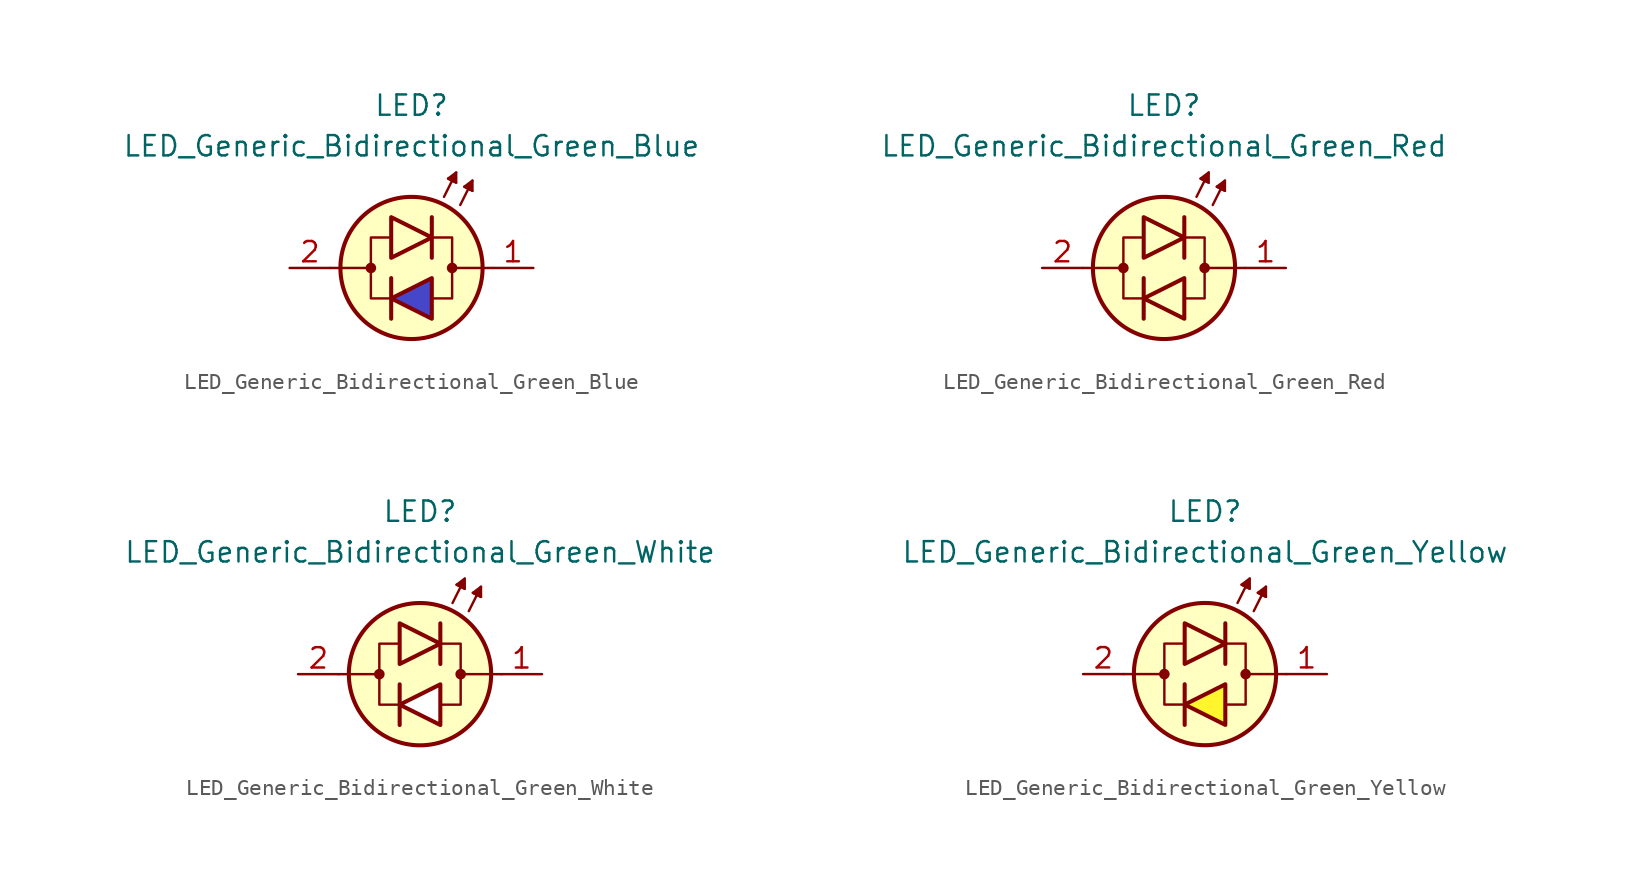
<source format=kicad_sym>
(kicad_symbol_lib
  (version 20231120)
  (generator "kicad_symbol_editor")
  (generator_version "8.0")
  (symbol "LED_Generic_Bidirectional_Green_Blue"
    (pin_names
      (offset 1.016) hide)
    (property "Reference" "LED"
      (at 0 10.16 0)
      (effects (font (size 1.27 1.27))))
    (property "Value" "LED_Generic_Bidirectional_Green_Blue"
      (at 0 7.62 0)
      (effects (font (size 1.27 1.27))))
    (symbol "LED_Generic_Bidirectional_Green_Blue_0_1"
      (circle (center -2.54 0) (radius 0.254) (stroke (width 0) (type default)) (fill (type outline)))
      (polyline (pts (xy -2.54 0) (xy -5.08 0)) (stroke (width 0.152) (type default)) (fill (type none)))
      (polyline (pts (xy -1.27 -3.175) (xy -1.27 -0.635)) (stroke (width 0.254) (type default)) (fill (type none)))
      (polyline (pts (xy 1.27 3.175) (xy 1.27 0.635)) (stroke (width 0.254) (type default)) (fill (type none)))
      (polyline (pts (xy 2.032 4.445) (xy 2.794 5.969)) (stroke (width 0.152) (type default)) (fill (type none)))
      (polyline (pts (xy 2.54 5.461) (xy 2.286 5.588)) (stroke (width 0.152) (type default)) (fill (type none)))
      (polyline (pts (xy 2.54 5.461) (xy 2.794 5.334)) (stroke (width 0.152) (type default)) (fill (type none)))
      (polyline (pts (xy 3.048 3.937) (xy 3.81 5.461)) (stroke (width 0.152) (type default)) (fill (type none)))
      (polyline (pts (xy 3.556 4.953) (xy 3.302 5.08)) (stroke (width 0.152) (type default)) (fill (type none)))
      (polyline (pts (xy 3.556 4.953) (xy 3.81 4.826)) (stroke (width 0.152) (type default)) (fill (type none)))
      (polyline (pts (xy 5.08 0) (xy 2.54 0)) (stroke (width 0.152) (type default)) (fill (type none)))
      (polyline (pts (xy -1.397 1.905) (xy -2.54 1.905) (xy -2.54 -1.905) (xy -1.27 -1.905)) (stroke (width 0.152) (type default)) (fill (type none)))
      (polyline (pts (xy -1.27 3.175) (xy -1.27 0.635) (xy 1.27 1.905) (xy -1.27 3.175)) (stroke (width 0.254) (type default)) (fill (type color) (color 30 200 30 1)))
      (polyline (pts (xy 1.27 -3.175) (xy 1.27 -0.635) (xy -1.27 -1.905) (xy 1.27 -3.175)) (stroke (width 0.254) (type default)) (fill (type color) (color 70 70 200 1)))
      (polyline (pts (xy 1.27 1.905) (xy 2.54 1.905) (xy 2.54 -1.905) (xy 1.27 -1.905)) (stroke (width 0.152) (type default)) (fill (type none)))
      (polyline (pts (xy 2.794 5.334) (xy 2.286 5.588) (xy 2.794 5.969) (xy 2.794 5.334)) (stroke (width 0.152) (type default)) (fill (type outline)))
      (polyline (pts (xy 3.81 4.826) (xy 3.302 5.08) (xy 3.81 5.461) (xy 3.81 4.826)) (stroke (width 0.152) (type default)) (fill (type outline)))
      (circle (center 0 0) (radius 4.445) (stroke (width 0.254) (type default)) (fill (type background)))
      (circle (center 2.54 0) (radius 0.254) (stroke (width 0) (type default)) (fill (type outline))))
    (symbol "LED_Generic_Bidirectional_Green_Blue_1_1"
      (pin passive line (at 7.62 0 180) (length 2.54) (name "K" (effects (font (size 1.27 1.27)))) (number "1" (effects (font (size 1.27 1.27)))))
      (pin passive line (at -7.62 0 0) (length 2.54) (name "A" (effects (font (size 1.27 1.27)))) (number "2" (effects (font (size 1.27 1.27)))))))
  (symbol "LED_Generic_Bidirectional_Green_Red"
    (pin_names
      (offset 1.016) hide)
    (property "Reference" "LED"
      (at 0 10.16 0)
      (effects (font (size 1.27 1.27))))
    (property "Value" "LED_Generic_Bidirectional_Green_Red"
      (at 0 7.62 0)
      (effects (font (size 1.27 1.27))))
    (symbol "LED_Generic_Bidirectional_Green_Red_0_1"
      (circle (center -2.54 0) (radius 0.254) (stroke (width 0) (type default)) (fill (type outline)))
      (polyline (pts (xy -2.54 0) (xy -5.08 0)) (stroke (width 0.152) (type default)) (fill (type none)))
      (polyline (pts (xy -1.27 -3.175) (xy -1.27 -0.635)) (stroke (width 0.254) (type default)) (fill (type none)))
      (polyline (pts (xy 1.27 3.175) (xy 1.27 0.635)) (stroke (width 0.254) (type default)) (fill (type none)))
      (polyline (pts (xy 2.032 4.445) (xy 2.794 5.969)) (stroke (width 0.152) (type default)) (fill (type none)))
      (polyline (pts (xy 2.54 5.461) (xy 2.286 5.588)) (stroke (width 0.152) (type default)) (fill (type none)))
      (polyline (pts (xy 2.54 5.461) (xy 2.794 5.334)) (stroke (width 0.152) (type default)) (fill (type none)))
      (polyline (pts (xy 3.048 3.937) (xy 3.81 5.461)) (stroke (width 0.152) (type default)) (fill (type none)))
      (polyline (pts (xy 3.556 4.953) (xy 3.302 5.08)) (stroke (width 0.152) (type default)) (fill (type none)))
      (polyline (pts (xy 3.556 4.953) (xy 3.81 4.826)) (stroke (width 0.152) (type default)) (fill (type none)))
      (polyline (pts (xy 5.08 0) (xy 2.54 0)) (stroke (width 0.152) (type default)) (fill (type none)))
      (polyline (pts (xy -1.397 1.905) (xy -2.54 1.905) (xy -2.54 -1.905) (xy -1.27 -1.905)) (stroke (width 0.152) (type default)) (fill (type none)))
      (polyline (pts (xy 1.27 -3.175) (xy 1.27 -0.635) (xy -1.27 -1.905) (xy 1.27 -3.175)) (stroke (width 0.254) (type default)) (fill (type color) (color 240 30 30 1)))
      (polyline (pts (xy 1.27 1.905) (xy 2.54 1.905) (xy 2.54 -1.905) (xy 1.27 -1.905)) (stroke (width 0.152) (type default)) (fill (type none)))
      (polyline (pts (xy 2.794 5.334) (xy 2.286 5.588) (xy 2.794 5.969) (xy 2.794 5.334)) (stroke (width 0.152) (type default)) (fill (type outline)))
      (polyline (pts (xy 3.81 4.826) (xy 3.302 5.08) (xy 3.81 5.461) (xy 3.81 4.826)) (stroke (width 0.152) (type default)) (fill (type outline)))
      (circle (center 2.54 0) (radius 0.254) (stroke (width 0) (type default)) (fill (type outline))))
    (symbol "LED_Generic_Bidirectional_Green_Red_1_1"
      (polyline (pts (xy -1.27 3.175) (xy -1.27 0.635) (xy 1.27 1.905) (xy -1.27 3.175)) (stroke (width 0.254) (type default)) (fill (type color) (color 30 200 30 1)))
      (circle (center 0 0) (radius 4.445) (stroke (width 0.254) (type default)) (fill (type background)))
      (pin passive line (at 7.62 0 180) (length 2.54) (name "K" (effects (font (size 1.27 1.27)))) (number "1" (effects (font (size 1.27 1.27)))))
      (pin passive line (at -7.62 0 0) (length 2.54) (name "A" (effects (font (size 1.27 1.27)))) (number "2" (effects (font (size 1.27 1.27)))))))
  (symbol "LED_Generic_Bidirectional_Green_White"
    (pin_names
      (offset 1.016) hide)
    (property "Reference" "LED"
      (at 0 10.16 0)
      (effects (font (size 1.27 1.27))))
    (property "Value" "LED_Generic_Bidirectional_Green_White"
      (at 0 7.62 0)
      (effects (font (size 1.27 1.27))))
    (symbol "LED_Generic_Bidirectional_Green_White_0_1"
      (circle (center -2.54 0) (radius 0.254) (stroke (width 0) (type default)) (fill (type outline)))
      (polyline (pts (xy -2.54 0) (xy -5.08 0)) (stroke (width 0.152) (type default)) (fill (type none)))
      (polyline (pts (xy -1.27 -3.175) (xy -1.27 -0.635)) (stroke (width 0.254) (type default)) (fill (type none)))
      (polyline (pts (xy 1.27 3.175) (xy 1.27 0.635)) (stroke (width 0.254) (type default)) (fill (type none)))
      (polyline (pts (xy 2.032 4.445) (xy 2.794 5.969)) (stroke (width 0.152) (type default)) (fill (type none)))
      (polyline (pts (xy 2.54 5.461) (xy 2.286 5.588)) (stroke (width 0.152) (type default)) (fill (type none)))
      (polyline (pts (xy 2.54 5.461) (xy 2.794 5.334)) (stroke (width 0.152) (type default)) (fill (type none)))
      (polyline (pts (xy 3.048 3.937) (xy 3.81 5.461)) (stroke (width 0.152) (type default)) (fill (type none)))
      (polyline (pts (xy 3.556 4.953) (xy 3.302 5.08)) (stroke (width 0.152) (type default)) (fill (type none)))
      (polyline (pts (xy 3.556 4.953) (xy 3.81 4.826)) (stroke (width 0.152) (type default)) (fill (type none)))
      (polyline (pts (xy 5.08 0) (xy 2.54 0)) (stroke (width 0.152) (type default)) (fill (type none)))
      (polyline (pts (xy -1.397 1.905) (xy -2.54 1.905) (xy -2.54 -1.905) (xy -1.27 -1.905)) (stroke (width 0.152) (type default)) (fill (type none)))
      (polyline (pts (xy -1.27 3.175) (xy -1.27 0.635) (xy 1.27 1.905) (xy -1.27 3.175)) (stroke (width 0.254) (type default)) (fill (type color) (color 30 200 30 1)))
      (polyline (pts (xy 1.27 -3.175) (xy 1.27 -0.635) (xy -1.27 -1.905) (xy 1.27 -3.175)) (stroke (width 0.254) (type default)) (fill (type color) (color 255 255 255 1)))
      (polyline (pts (xy 1.27 1.905) (xy 2.54 1.905) (xy 2.54 -1.905) (xy 1.27 -1.905)) (stroke (width 0.152) (type default)) (fill (type none)))
      (polyline (pts (xy 2.794 5.334) (xy 2.286 5.588) (xy 2.794 5.969) (xy 2.794 5.334)) (stroke (width 0.152) (type default)) (fill (type outline)))
      (polyline (pts (xy 3.81 4.826) (xy 3.302 5.08) (xy 3.81 5.461) (xy 3.81 4.826)) (stroke (width 0.152) (type default)) (fill (type outline)))
      (circle (center 0 0) (radius 4.445) (stroke (width 0.254) (type default)) (fill (type background)))
      (circle (center 2.54 0) (radius 0.254) (stroke (width 0) (type default)) (fill (type outline))))
    (symbol "LED_Generic_Bidirectional_Green_White_1_1"
      (pin passive line (at 7.62 0 180) (length 2.54) (name "K" (effects (font (size 1.27 1.27)))) (number "1" (effects (font (size 1.27 1.27)))))
      (pin passive line (at -7.62 0 0) (length 2.54) (name "A" (effects (font (size 1.27 1.27)))) (number "2" (effects (font (size 1.27 1.27)))))))
  (symbol "LED_Generic_Bidirectional_Green_Yellow"
    (pin_names
      (offset 1.016) hide)
    (property "Reference" "LED"
      (at 0 10.16 0)
      (effects (font (size 1.27 1.27))))
    (property "Value" "LED_Generic_Bidirectional_Green_Yellow"
      (at 0 7.62 0)
      (effects (font (size 1.27 1.27))))
    (symbol "LED_Generic_Bidirectional_Green_Yellow_0_1"
      (circle (center -2.54 0) (radius 0.254) (stroke (width 0) (type default)) (fill (type outline)))
      (polyline (pts (xy -2.54 0) (xy -5.08 0)) (stroke (width 0.152) (type default)) (fill (type none)))
      (polyline (pts (xy -1.27 -3.175) (xy -1.27 -0.635)) (stroke (width 0.254) (type default)) (fill (type none)))
      (polyline (pts (xy 1.27 3.175) (xy 1.27 0.635)) (stroke (width 0.254) (type default)) (fill (type none)))
      (polyline (pts (xy 2.032 4.445) (xy 2.794 5.969)) (stroke (width 0.152) (type default)) (fill (type none)))
      (polyline (pts (xy 2.54 5.461) (xy 2.286 5.588)) (stroke (width 0.152) (type default)) (fill (type none)))
      (polyline (pts (xy 2.54 5.461) (xy 2.794 5.334)) (stroke (width 0.152) (type default)) (fill (type none)))
      (polyline (pts (xy 3.048 3.937) (xy 3.81 5.461)) (stroke (width 0.152) (type default)) (fill (type none)))
      (polyline (pts (xy 3.556 4.953) (xy 3.302 5.08)) (stroke (width 0.152) (type default)) (fill (type none)))
      (polyline (pts (xy 3.556 4.953) (xy 3.81 4.826)) (stroke (width 0.152) (type default)) (fill (type none)))
      (polyline (pts (xy 5.08 0) (xy 2.54 0)) (stroke (width 0.152) (type default)) (fill (type none)))
      (polyline (pts (xy -1.397 1.905) (xy -2.54 1.905) (xy -2.54 -1.905) (xy -1.27 -1.905)) (stroke (width 0.152) (type default)) (fill (type none)))
      (polyline (pts (xy -1.27 3.175) (xy -1.27 0.635) (xy 1.27 1.905) (xy -1.27 3.175)) (stroke (width 0.254) (type default)) (fill (type color) (color 30 200 30 1)))
      (polyline (pts (xy 1.27 -3.175) (xy 1.27 -0.635) (xy -1.27 -1.905) (xy 1.27 -3.175)) (stroke (width 0.254) (type default)) (fill (type color) (color 255 245 45 1)))
      (polyline (pts (xy 1.27 1.905) (xy 2.54 1.905) (xy 2.54 -1.905) (xy 1.27 -1.905)) (stroke (width 0.152) (type default)) (fill (type none)))
      (polyline (pts (xy 2.794 5.334) (xy 2.286 5.588) (xy 2.794 5.969) (xy 2.794 5.334)) (stroke (width 0.152) (type default)) (fill (type outline)))
      (polyline (pts (xy 3.81 4.826) (xy 3.302 5.08) (xy 3.81 5.461) (xy 3.81 4.826)) (stroke (width 0.152) (type default)) (fill (type outline)))
      (circle (center 0 0) (radius 4.445) (stroke (width 0.254) (type default)) (fill (type background)))
      (circle (center 2.54 0) (radius 0.254) (stroke (width 0) (type default)) (fill (type outline))))
    (symbol "LED_Generic_Bidirectional_Green_Yellow_1_1"
      (pin passive line (at 7.62 0 180) (length 2.54) (name "K" (effects (font (size 1.27 1.27)))) (number "1" (effects (font (size 1.27 1.27)))))
      (pin passive line (at -7.62 0 0) (length 2.54) (name "A" (effects (font (size 1.27 1.27)))) (number "2" (effects (font (size 1.27 1.27))))))))
</source>
